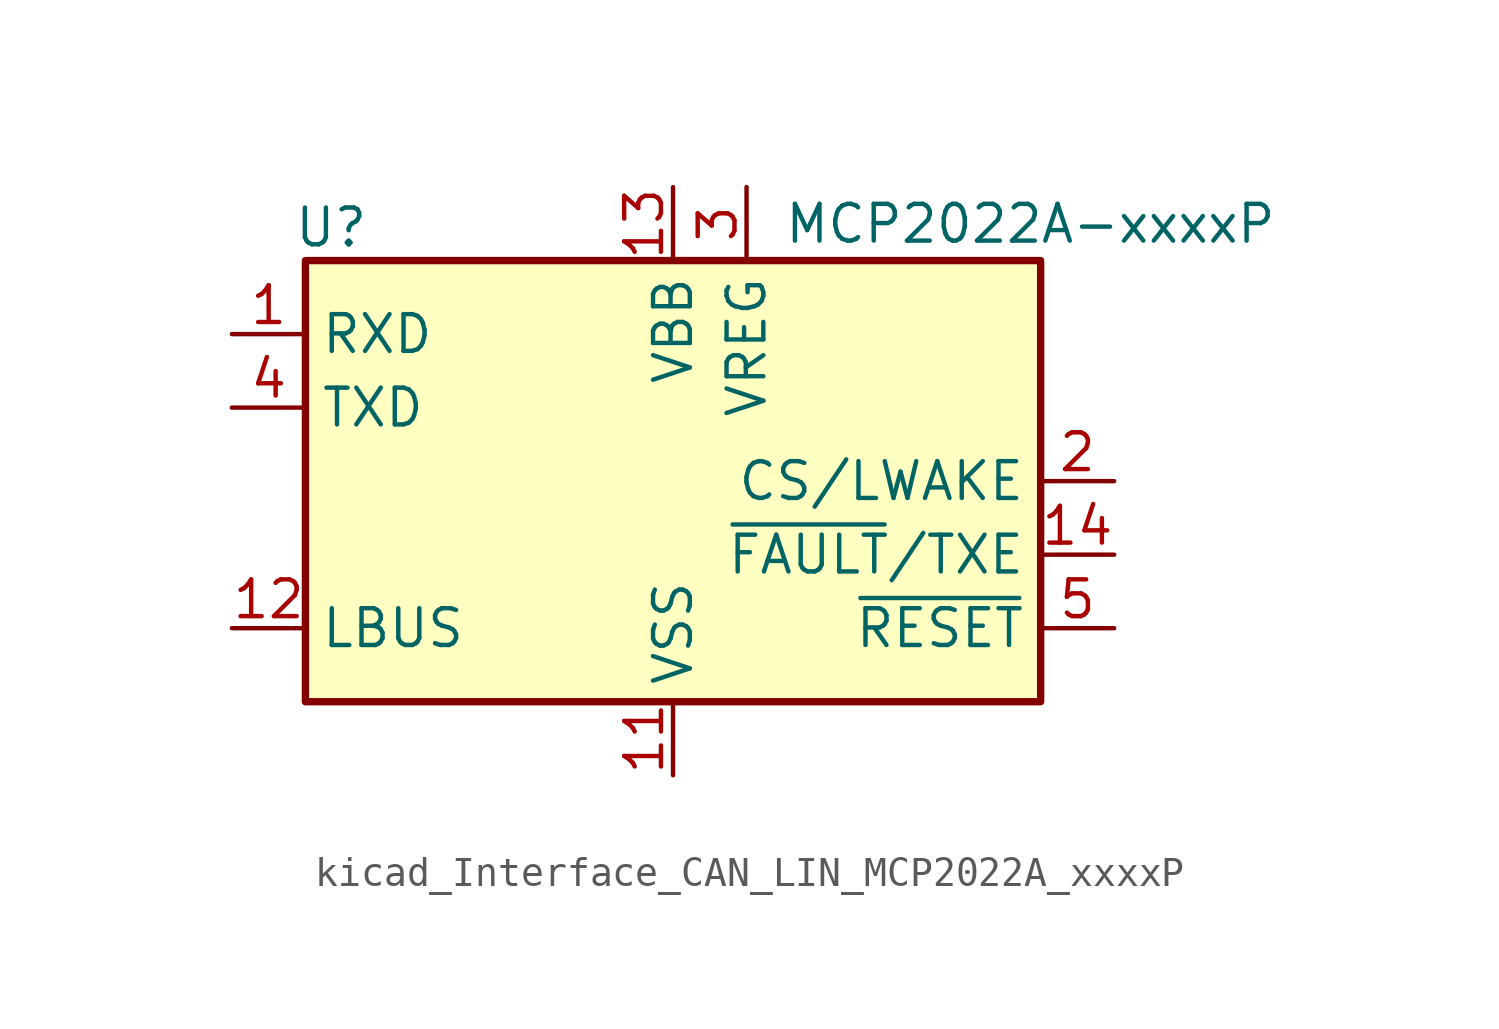
<source format=kicad_sym>
(kicad_symbol_lib
  (version 20220914)
  (generator kicad_symbol_editor)
  (symbol "kicad_Interface_CAN_LIN_MCP2022A_xxxxP"
    (property "Reference" "U"
      (at -11.811 8.763 0)
      (effects (font (size 1.27 1.27))))
    (property "Value" "MCP2022A-xxxxP"
      (at 3.81 8.89 0)
      (effects (font (size 1.27 1.27)) (justify left)))
    (symbol "kicad_Interface_CAN_LIN_MCP2022A_xxxxP_0_1"
      (rectangle (start -12.7 7.62) (end 12.7 -7.62) (stroke (width 0.254) (type default)) (fill (type background))))
    (symbol "kicad_Interface_CAN_LIN_MCP2022A_xxxxP_1_1"
      (pin output line (at -15.24 5.08 0) (length 2.54) (name "RXD" (effects (font (size 1.27 1.27)))) (number "1" (effects (font (size 1.27 1.27)))))
      (pin no_connect line (at -10.16 -7.62 90) (length 2.54) hide (name "NC" (effects (font (size 1.27 1.27)))) (number "10" (effects (font (size 1.27 1.27)))))
      (pin power_in line (at 0 -10.16 90) (length 2.54) (name "VSS" (effects (font (size 1.27 1.27)))) (number "11" (effects (font (size 1.27 1.27)))))
      (pin open_collector line (at -15.24 -5.08 0) (length 2.54) (name "LBUS" (effects (font (size 1.27 1.27)))) (number "12" (effects (font (size 1.27 1.27)))))
      (pin power_in line (at 0 10.16 270) (length 2.54) (name "VBB" (effects (font (size 1.27 1.27)))) (number "13" (effects (font (size 1.27 1.27)))))
      (pin open_collector line (at 15.24 -2.54 180) (length 2.54) (name "~{FAULT}/TXE" (effects (font (size 1.27 1.27)))) (number "14" (effects (font (size 1.27 1.27)))))
      (pin input line (at 15.24 0 180) (length 2.54) (name "CS/LWAKE" (effects (font (size 1.27 1.27)))) (number "2" (effects (font (size 1.27 1.27)))))
      (pin power_out line (at 2.54 10.16 270) (length 2.54) (name "VREG" (effects (font (size 1.27 1.27)))) (number "3" (effects (font (size 1.27 1.27)))))
      (pin input line (at -15.24 2.54 0) (length 2.54) (name "TXD" (effects (font (size 1.27 1.27)))) (number "4" (effects (font (size 1.27 1.27)))))
      (pin output line (at 15.24 -5.08 180) (length 2.54) (name "~{RESET}" (effects (font (size 1.27 1.27)))) (number "5" (effects (font (size 1.27 1.27)))))
      (pin no_connect line (at 2.54 -7.62 90) (length 2.54) hide (name "NC" (effects (font (size 1.27 1.27)))) (number "6" (effects (font (size 1.27 1.27)))))
      (pin no_connect line (at -2.54 -7.62 90) (length 2.54) hide (name "NC" (effects (font (size 1.27 1.27)))) (number "7" (effects (font (size 1.27 1.27)))))
      (pin no_connect line (at -5.08 -7.62 90) (length 2.54) hide (name "NC" (effects (font (size 1.27 1.27)))) (number "8" (effects (font (size 1.27 1.27)))))
      (pin no_connect line (at -7.62 -7.62 90) (length 2.54) hide (name "NC" (effects (font (size 1.27 1.27)))) (number "9" (effects (font (size 1.27 1.27))))))))
</source>
